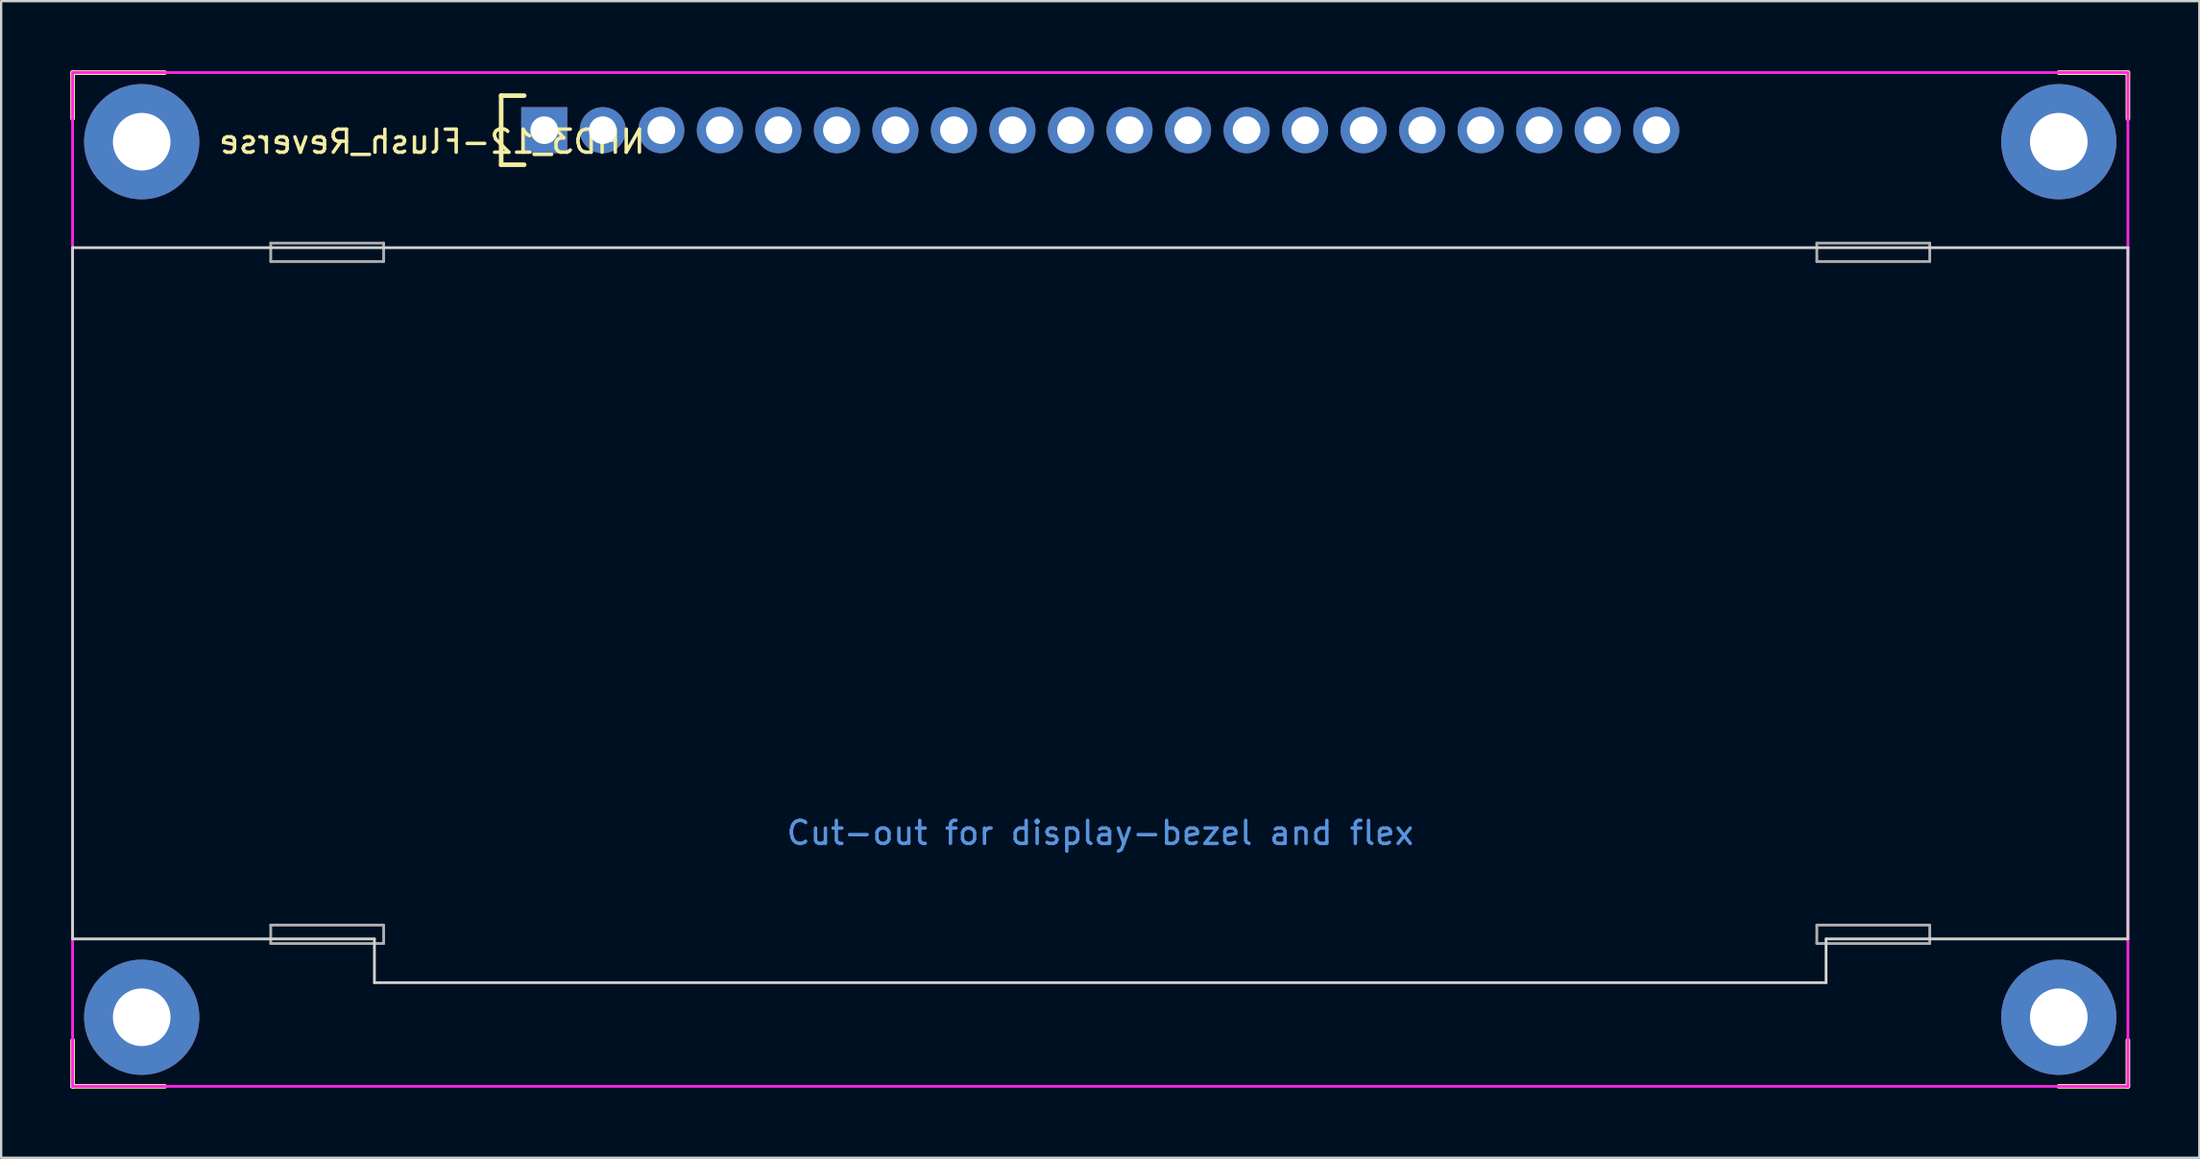
<source format=kicad_pcb>
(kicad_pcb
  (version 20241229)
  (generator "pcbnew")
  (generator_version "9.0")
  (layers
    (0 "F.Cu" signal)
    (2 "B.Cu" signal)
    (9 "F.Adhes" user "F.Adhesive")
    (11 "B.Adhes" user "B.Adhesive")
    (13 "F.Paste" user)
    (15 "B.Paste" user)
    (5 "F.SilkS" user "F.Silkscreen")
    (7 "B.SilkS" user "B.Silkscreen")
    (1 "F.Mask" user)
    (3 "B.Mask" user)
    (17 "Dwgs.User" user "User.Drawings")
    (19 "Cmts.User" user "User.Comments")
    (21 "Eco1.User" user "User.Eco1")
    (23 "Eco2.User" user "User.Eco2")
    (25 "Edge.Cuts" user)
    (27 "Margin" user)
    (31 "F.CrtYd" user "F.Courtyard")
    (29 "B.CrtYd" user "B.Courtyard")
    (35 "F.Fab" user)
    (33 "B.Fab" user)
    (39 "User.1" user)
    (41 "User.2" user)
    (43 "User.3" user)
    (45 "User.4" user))
  (footprint "NHD3_12-Flush_Reverse"
    (layer "F.Cu")
    (at 44.7 22.1)
    (property "Reference" "NHD3_12-Flush_Reverse" (at -29 -19 0) (layer "F.SilkS") (effects (font (size 1 1) (thickness 0.15)) (justify mirror)))
    (attr through_hole)
    (fp_line (start -44.6 -22) (end -44.6 -20) (stroke (width 0.2) (type solid)) (layer "F.SilkS"))
    (fp_line (start -44.6 20) (end -44.6 22) (stroke (width 0.2) (type solid)) (layer "F.SilkS"))
    (fp_line (start -44.6 22) (end -40.6 22) (stroke (width 0.2) (type solid)) (layer "F.SilkS"))
    (fp_line (start -40.6 -22) (end -44.6 -22) (stroke (width 0.2) (type solid)) (layer "F.SilkS"))
    (fp_line (start -26 -21) (end -26 -18) (stroke (width 0.2) (type solid)) (layer "F.SilkS"))
    (fp_line (start -26 -18) (end -25 -18) (stroke (width 0.2) (type solid)) (layer "F.SilkS"))
    (fp_line (start -25 -21) (end -26 -21) (stroke (width 0.2) (type solid)) (layer "F.SilkS"))
    (fp_line (start 44.6 -22) (end 41.6 -22) (stroke (width 0.2) (type solid)) (layer "F.SilkS"))
    (fp_line (start 44.6 -20) (end 44.6 -22) (stroke (width 0.2) (type solid)) (layer "F.SilkS"))
    (fp_line (start 44.6 20) (end 44.6 22) (stroke (width 0.2) (type solid)) (layer "F.SilkS"))
    (fp_line (start 44.6 22) (end 41.6 22) (stroke (width 0.2) (type solid)) (layer "F.SilkS"))
    (fp_line (start -44.6 -14.4) (end -44.6 15.6) (stroke (width 0.12) (type solid)) (layer "Eco1.User"))
    (fp_line (start -44.6 15.6) (end -31.5 15.6) (stroke (width 0.12) (type solid)) (layer "Eco1.User"))
    (fp_line (start -31.5 15.6) (end -31.5 17.5) (stroke (width 0.12) (type solid)) (layer "Eco1.User"))
    (fp_line (start -31.5 17.5) (end 31.5 17.5) (stroke (width 0.12) (type solid)) (layer "Eco1.User"))
    (fp_line (start 31.5 15.6) (end 44.6 15.6) (stroke (width 0.12) (type solid)) (layer "Eco1.User"))
    (fp_line (start 31.5 17.5) (end 31.5 15.6) (stroke (width 0.12) (type solid)) (layer "Eco1.User"))
    (fp_line (start 44.6 -14.4) (end -44.6 -14.4) (stroke (width 0.12) (type solid)) (layer "Eco1.User"))
    (fp_line (start 44.6 15.6) (end 44.6 -14.4) (stroke (width 0.12) (type solid)) (layer "Eco1.User"))
    (fp_line (start -44.6 -14.4) (end -44.6 15.6) (stroke (width 0.12) (type solid)) (layer "Edge.Cuts"))
    (fp_line (start -44.6 15.6) (end -31.5 15.6) (stroke (width 0.12) (type solid)) (layer "Edge.Cuts"))
    (fp_line (start -31.5 15.6) (end -31.5 17.5) (stroke (width 0.12) (type solid)) (layer "Edge.Cuts"))
    (fp_line (start -31.5 17.5) (end 31.5 17.5) (stroke (width 0.12) (type solid)) (layer "Edge.Cuts"))
    (fp_line (start 31.5 15.6) (end 44.6 15.6) (stroke (width 0.12) (type solid)) (layer "Edge.Cuts"))
    (fp_line (start 31.5 17.5) (end 31.5 15.6) (stroke (width 0.12) (type solid)) (layer "Edge.Cuts"))
    (fp_line (start 44.6 -14.4) (end -44.6 -14.4) (stroke (width 0.12) (type solid)) (layer "Edge.Cuts"))
    (fp_line (start 44.6 15.6) (end 44.6 -14.4) (stroke (width 0.12) (type solid)) (layer "Edge.Cuts"))
    (fp_line (start -44.6 -22) (end -44.6 22) (stroke (width 0.12) (type solid)) (layer "F.CrtYd"))
    (fp_line (start -44.6 22) (end 44.6 22) (stroke (width 0.12) (type solid)) (layer "F.CrtYd"))
    (fp_line (start 44.6 -22) (end -44.6 -22) (stroke (width 0.12) (type solid)) (layer "F.CrtYd"))
    (fp_line (start 44.6 -22) (end 44.6 22) (stroke (width 0.12) (type solid)) (layer "F.CrtYd"))
    (fp_line (start -36 -14.6) (end -31.1 -14.6) (stroke (width 0.12) (type solid)) (layer "F.Fab"))
    (fp_line (start -36 -13.8) (end -36 -14.6) (stroke (width 0.12) (type solid)) (layer "F.Fab"))
    (fp_line (start -36 15) (end -31.1 15) (stroke (width 0.12) (type solid)) (layer "F.Fab"))
    (fp_line (start -36 15.8) (end -36 15) (stroke (width 0.12) (type solid)) (layer "F.Fab"))
    (fp_line (start -31.1 -14.6) (end -31.1 -13.8) (stroke (width 0.12) (type solid)) (layer "F.Fab"))
    (fp_line (start -31.1 -13.8) (end -36 -13.8) (stroke (width 0.12) (type solid)) (layer "F.Fab"))
    (fp_line (start -31.1 15) (end -31.1 15.8) (stroke (width 0.12) (type solid)) (layer "F.Fab"))
    (fp_line (start -31.1 15.8) (end -36 15.8) (stroke (width 0.12) (type solid)) (layer "F.Fab"))
    (fp_line (start 31.1 -14.6) (end 36 -14.6) (stroke (width 0.12) (type solid)) (layer "F.Fab"))
    (fp_line (start 31.1 -13.8) (end 31.1 -14.6) (stroke (width 0.12) (type solid)) (layer "F.Fab"))
    (fp_line (start 31.1 15) (end 36 15) (stroke (width 0.12) (type solid)) (layer "F.Fab"))
    (fp_line (start 31.1 15.8) (end 31.1 15) (stroke (width 0.12) (type solid)) (layer "F.Fab"))
    (fp_line (start 36 -14.6) (end 36 -13.8) (stroke (width 0.12) (type solid)) (layer "F.Fab"))
    (fp_line (start 36 -13.8) (end 31.1 -13.8) (stroke (width 0.12) (type solid)) (layer "F.Fab"))
    (fp_line (start 36 15) (end 36 15.8) (stroke (width 0.12) (type solid)) (layer "F.Fab"))
    (fp_line (start 36 15.8) (end 31.1 15.8) (stroke (width 0.12) (type solid)) (layer "F.Fab"))
    (fp_text user "Cut-out for display-bezel and flex" (at 0 11 0) (layer "Cmts.User") (effects (font (size 1 1) (thickness 0.15))))
    (pad "1" thru_hole rect (at -24.13 -19.5 180) (size 2 2) (drill 1.2) (layers "*.Cu" "*.Mask"))
    (pad "2" thru_hole circle (at -21.59 -19.5 180) (size 2 2) (drill 1.2) (layers "*.Cu" "*.Mask"))
    (pad "3" thru_hole circle (at -19.05 -19.5 180) (size 2 2) (drill 1.2) (layers "*.Cu" "*.Mask"))
    (pad "4" thru_hole circle (at -16.51 -19.5 180) (size 2 2) (drill 1.2) (layers "*.Cu" "*.Mask"))
    (pad "5" thru_hole circle (at -13.97 -19.5 180) (size 2 2) (drill 1.2) (layers "*.Cu" "*.Mask"))
    (pad "6" thru_hole circle (at -11.43 -19.5 180) (size 2 2) (drill 1.2) (layers "*.Cu" "*.Mask"))
    (pad "7" thru_hole circle (at -8.89 -19.5 180) (size 2 2) (drill 1.2) (layers "*.Cu" "*.Mask"))
    (pad "8" thru_hole circle (at -6.35 -19.5 180) (size 2 2) (drill 1.2) (layers "*.Cu" "*.Mask"))
    (pad "9" thru_hole circle (at -3.81 -19.5 180) (size 2 2) (drill 1.2) (layers "*.Cu" "*.Mask"))
    (pad "10" thru_hole circle (at -1.27 -19.5 180) (size 2 2) (drill 1.2) (layers "*.Cu" "*.Mask"))
    (pad "11" thru_hole circle (at 1.27 -19.5 180) (size 2 2) (drill 1.2) (layers "*.Cu" "*.Mask"))
    (pad "12" thru_hole circle (at 3.81 -19.5 180) (size 2 2) (drill 1.2) (layers "*.Cu" "*.Mask"))
    (pad "13" thru_hole circle (at 6.35 -19.5 180) (size 2 2) (drill 1.2) (layers "*.Cu" "*.Mask"))
    (pad "14" thru_hole circle (at 8.89 -19.5 180) (size 2 2) (drill 1.2) (layers "*.Cu" "*.Mask"))
    (pad "15" thru_hole circle (at 11.43 -19.5 180) (size 2 2) (drill 1.2) (layers "*.Cu" "*.Mask"))
    (pad "16" thru_hole circle (at 13.97 -19.5 180) (size 2 2) (drill 1.2) (layers "*.Cu" "*.Mask"))
    (pad "17" thru_hole circle (at 16.51 -19.5 180) (size 2 2) (drill 1.2) (layers "*.Cu" "*.Mask"))
    (pad "18" thru_hole circle (at 19.05 -19.5 180) (size 2 2) (drill 1.2) (layers "*.Cu" "*.Mask"))
    (pad "19" thru_hole circle (at 21.59 -19.5 180) (size 2 2) (drill 1.2) (layers "*.Cu" "*.Mask"))
    (pad "20" thru_hole circle (at 24.13 -19.5 180) (size 2 2) (drill 1.2) (layers "*.Cu" "*.Mask"))
    (pad "21" thru_hole circle (at -41.6 -19) (size 5 5) (drill 2.5) (layers "*.Cu" "*.Mask"))
    (pad "21" thru_hole circle (at -41.6 19) (size 5 5) (drill 2.5) (layers "*.Cu" "*.Mask"))
    (pad "21" thru_hole circle (at 41.6 -19) (size 5 5) (drill 2.5) (layers "*.Cu" "*.Mask"))
    (pad "21" thru_hole circle (at 41.6 19) (size 5 5) (drill 2.5) (layers "*.Cu" "*.Mask")))
  (gr_rect
    (start -3 -3)
    (end 92.4 47.2)
    (stroke (width 0.1) (type default))
    (fill no)
    (layer "Edge.Cuts")))
</source>
